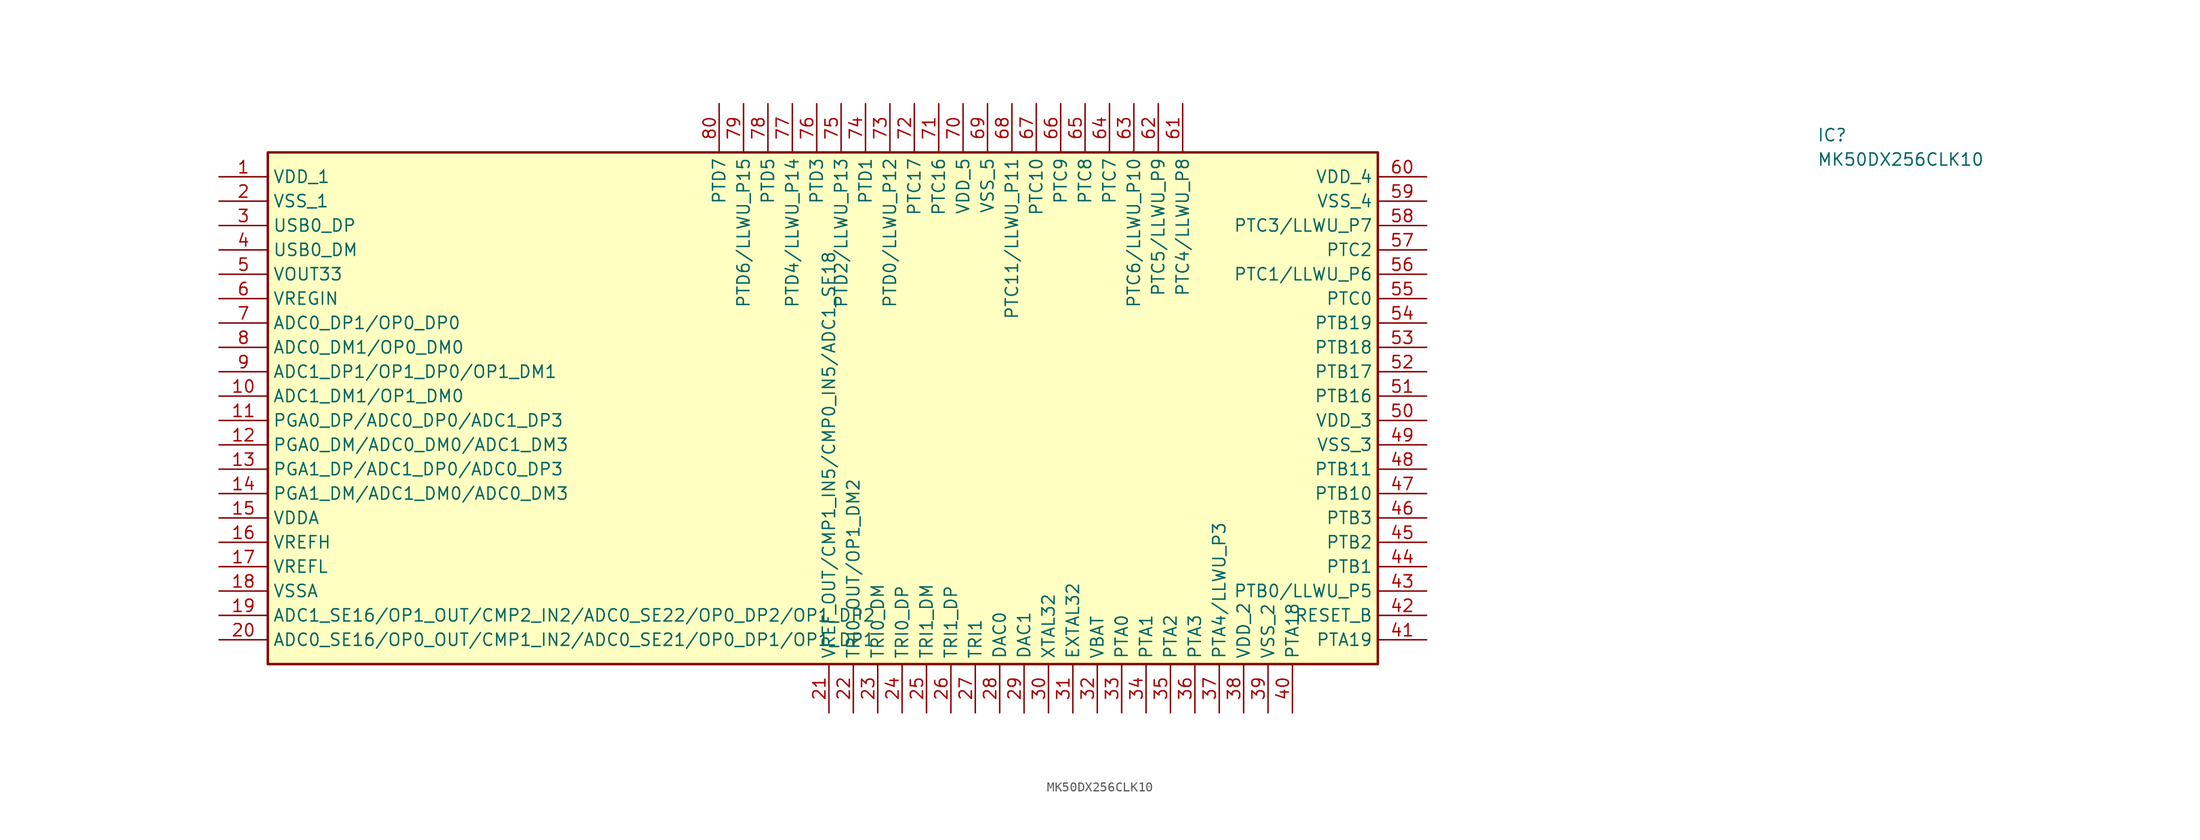
<source format=kicad_sym>
(kicad_symbol_lib
  (version 20241209)
  (generator "kicad_symbol_editor")
  (generator_version "9.0")
  (symbol "MK50DX256CLK10"
    (property "Reference" "IC"
      (at 95.25 27.94 0)
      (effects (font (size 1.27 1.27)) (justify left top)))
    (property "Value" "MK50DX256CLK10"
      (at 95.25 25.4 0)
      (effects (font (size 1.27 1.27)) (justify left top)))
    (symbol "MK50DX256CLK10_1_1"
      (rectangle (start -66.04 25.4) (end 49.53 -27.94) (stroke (width 0.254) (type default)) (fill (type background)))
      (pin passive line (at -71.12 22.86 0) (length 5.08) (name "VDD_1" (effects (font (size 1.27 1.27)))) (number "1" (effects (font (size 1.27 1.27)))))
      (pin passive line (at -71.12 20.32 0) (length 5.08) (name "VSS_1" (effects (font (size 1.27 1.27)))) (number "2" (effects (font (size 1.27 1.27)))))
      (pin passive line (at -71.12 17.78 0) (length 5.08) (name "USB0_DP" (effects (font (size 1.27 1.27)))) (number "3" (effects (font (size 1.27 1.27)))))
      (pin passive line (at -71.12 15.24 0) (length 5.08) (name "USB0_DM" (effects (font (size 1.27 1.27)))) (number "4" (effects (font (size 1.27 1.27)))))
      (pin passive line (at -71.12 12.7 0) (length 5.08) (name "VOUT33" (effects (font (size 1.27 1.27)))) (number "5" (effects (font (size 1.27 1.27)))))
      (pin passive line (at -71.12 10.16 0) (length 5.08) (name "VREGIN" (effects (font (size 1.27 1.27)))) (number "6" (effects (font (size 1.27 1.27)))))
      (pin passive line (at -71.12 7.62 0) (length 5.08) (name "ADC0_DP1/OP0_DP0" (effects (font (size 1.27 1.27)))) (number "7" (effects (font (size 1.27 1.27)))))
      (pin passive line (at -71.12 5.08 0) (length 5.08) (name "ADC0_DM1/OP0_DM0" (effects (font (size 1.27 1.27)))) (number "8" (effects (font (size 1.27 1.27)))))
      (pin passive line (at -71.12 2.54 0) (length 5.08) (name "ADC1_DP1/OP1_DP0/OP1_DM1" (effects (font (size 1.27 1.27)))) (number "9" (effects (font (size 1.27 1.27)))))
      (pin passive line (at -71.12 0 0) (length 5.08) (name "ADC1_DM1/OP1_DM0" (effects (font (size 1.27 1.27)))) (number "10" (effects (font (size 1.27 1.27)))))
      (pin passive line (at -71.12 -2.54 0) (length 5.08) (name "PGA0_DP/ADC0_DP0/ADC1_DP3" (effects (font (size 1.27 1.27)))) (number "11" (effects (font (size 1.27 1.27)))))
      (pin passive line (at -71.12 -5.08 0) (length 5.08) (name "PGA0_DM/ADC0_DM0/ADC1_DM3" (effects (font (size 1.27 1.27)))) (number "12" (effects (font (size 1.27 1.27)))))
      (pin passive line (at -71.12 -7.62 0) (length 5.08) (name "PGA1_DP/ADC1_DP0/ADC0_DP3" (effects (font (size 1.27 1.27)))) (number "13" (effects (font (size 1.27 1.27)))))
      (pin passive line (at -71.12 -10.16 0) (length 5.08) (name "PGA1_DM/ADC1_DM0/ADC0_DM3" (effects (font (size 1.27 1.27)))) (number "14" (effects (font (size 1.27 1.27)))))
      (pin passive line (at -71.12 -12.7 0) (length 5.08) (name "VDDA" (effects (font (size 1.27 1.27)))) (number "15" (effects (font (size 1.27 1.27)))))
      (pin passive line (at -71.12 -15.24 0) (length 5.08) (name "VREFH" (effects (font (size 1.27 1.27)))) (number "16" (effects (font (size 1.27 1.27)))))
      (pin passive line (at -71.12 -17.78 0) (length 5.08) (name "VREFL" (effects (font (size 1.27 1.27)))) (number "17" (effects (font (size 1.27 1.27)))))
      (pin passive line (at -71.12 -20.32 0) (length 5.08) (name "VSSA" (effects (font (size 1.27 1.27)))) (number "18" (effects (font (size 1.27 1.27)))))
      (pin passive line (at -71.12 -22.86 0) (length 5.08) (name "ADC1_SE16/OP1_OUT/CMP2_IN2/ADC0_SE22/OP0_DP2/OP1_DP2" (effects (font (size 1.27 1.27)))) (number "19" (effects (font (size 1.27 1.27)))))
      (pin passive line (at -71.12 -25.4 0) (length 5.08) (name "ADC0_SE16/OP0_OUT/CMP1_IN2/ADC0_SE21/OP0_DP1/OP1_DP1" (effects (font (size 1.27 1.27)))) (number "20" (effects (font (size 1.27 1.27)))))
      (pin passive line (at -19.05 30.48 270) (length 5.08) (name "PTD7" (effects (font (size 1.27 1.27)))) (number "80" (effects (font (size 1.27 1.27)))))
      (pin passive line (at -16.51 30.48 270) (length 5.08) (name "PTD6/LLWU_P15" (effects (font (size 1.27 1.27)))) (number "79" (effects (font (size 1.27 1.27)))))
      (pin passive line (at -13.97 30.48 270) (length 5.08) (name "PTD5" (effects (font (size 1.27 1.27)))) (number "78" (effects (font (size 1.27 1.27)))))
      (pin passive line (at -11.43 30.48 270) (length 5.08) (name "PTD4/LLWU_P14" (effects (font (size 1.27 1.27)))) (number "77" (effects (font (size 1.27 1.27)))))
      (pin passive line (at -8.89 30.48 270) (length 5.08) (name "PTD3" (effects (font (size 1.27 1.27)))) (number "76" (effects (font (size 1.27 1.27)))))
      (pin passive line (at -7.62 -33.02 90) (length 5.08) (name "VREF_OUT/CMP1_IN5/CMP0_IN5/ADC1_SE18" (effects (font (size 1.27 1.27)))) (number "21" (effects (font (size 1.27 1.27)))))
      (pin passive line (at -6.35 30.48 270) (length 5.08) (name "PTD2/LLWU_P13" (effects (font (size 1.27 1.27)))) (number "75" (effects (font (size 1.27 1.27)))))
      (pin passive line (at -5.08 -33.02 90) (length 5.08) (name "TRI0_OUT/OP1_DM2" (effects (font (size 1.27 1.27)))) (number "22" (effects (font (size 1.27 1.27)))))
      (pin passive line (at -3.81 30.48 270) (length 5.08) (name "PTD1" (effects (font (size 1.27 1.27)))) (number "74" (effects (font (size 1.27 1.27)))))
      (pin passive line (at -2.54 -33.02 90) (length 5.08) (name "TRI0_DM" (effects (font (size 1.27 1.27)))) (number "23" (effects (font (size 1.27 1.27)))))
      (pin passive line (at -1.27 30.48 270) (length 5.08) (name "PTD0/LLWU_P12" (effects (font (size 1.27 1.27)))) (number "73" (effects (font (size 1.27 1.27)))))
      (pin passive line (at 0 -33.02 90) (length 5.08) (name "TRI0_DP" (effects (font (size 1.27 1.27)))) (number "24" (effects (font (size 1.27 1.27)))))
      (pin passive line (at 1.27 30.48 270) (length 5.08) (name "PTC17" (effects (font (size 1.27 1.27)))) (number "72" (effects (font (size 1.27 1.27)))))
      (pin passive line (at 2.54 -33.02 90) (length 5.08) (name "TRI1_DM" (effects (font (size 1.27 1.27)))) (number "25" (effects (font (size 1.27 1.27)))))
      (pin passive line (at 3.81 30.48 270) (length 5.08) (name "PTC16" (effects (font (size 1.27 1.27)))) (number "71" (effects (font (size 1.27 1.27)))))
      (pin passive line (at 5.08 -33.02 90) (length 5.08) (name "TRI1_DP" (effects (font (size 1.27 1.27)))) (number "26" (effects (font (size 1.27 1.27)))))
      (pin passive line (at 6.35 30.48 270) (length 5.08) (name "VDD_5" (effects (font (size 1.27 1.27)))) (number "70" (effects (font (size 1.27 1.27)))))
      (pin passive line (at 7.62 -33.02 90) (length 5.08) (name "TRI1" (effects (font (size 1.27 1.27)))) (number "27" (effects (font (size 1.27 1.27)))))
      (pin passive line (at 8.89 30.48 270) (length 5.08) (name "VSS_5" (effects (font (size 1.27 1.27)))) (number "69" (effects (font (size 1.27 1.27)))))
      (pin passive line (at 10.16 -33.02 90) (length 5.08) (name "DAC0" (effects (font (size 1.27 1.27)))) (number "28" (effects (font (size 1.27 1.27)))))
      (pin passive line (at 11.43 30.48 270) (length 5.08) (name "PTC11/LLWU_P11" (effects (font (size 1.27 1.27)))) (number "68" (effects (font (size 1.27 1.27)))))
      (pin passive line (at 12.7 -33.02 90) (length 5.08) (name "DAC1" (effects (font (size 1.27 1.27)))) (number "29" (effects (font (size 1.27 1.27)))))
      (pin passive line (at 13.97 30.48 270) (length 5.08) (name "PTC10" (effects (font (size 1.27 1.27)))) (number "67" (effects (font (size 1.27 1.27)))))
      (pin passive line (at 15.24 -33.02 90) (length 5.08) (name "XTAL32" (effects (font (size 1.27 1.27)))) (number "30" (effects (font (size 1.27 1.27)))))
      (pin passive line (at 16.51 30.48 270) (length 5.08) (name "PTC9" (effects (font (size 1.27 1.27)))) (number "66" (effects (font (size 1.27 1.27)))))
      (pin passive line (at 17.78 -33.02 90) (length 5.08) (name "EXTAL32" (effects (font (size 1.27 1.27)))) (number "31" (effects (font (size 1.27 1.27)))))
      (pin passive line (at 19.05 30.48 270) (length 5.08) (name "PTC8" (effects (font (size 1.27 1.27)))) (number "65" (effects (font (size 1.27 1.27)))))
      (pin passive line (at 20.32 -33.02 90) (length 5.08) (name "VBAT" (effects (font (size 1.27 1.27)))) (number "32" (effects (font (size 1.27 1.27)))))
      (pin passive line (at 21.59 30.48 270) (length 5.08) (name "PTC7" (effects (font (size 1.27 1.27)))) (number "64" (effects (font (size 1.27 1.27)))))
      (pin passive line (at 22.86 -33.02 90) (length 5.08) (name "PTA0" (effects (font (size 1.27 1.27)))) (number "33" (effects (font (size 1.27 1.27)))))
      (pin passive line (at 24.13 30.48 270) (length 5.08) (name "PTC6/LLWU_P10" (effects (font (size 1.27 1.27)))) (number "63" (effects (font (size 1.27 1.27)))))
      (pin passive line (at 25.4 -33.02 90) (length 5.08) (name "PTA1" (effects (font (size 1.27 1.27)))) (number "34" (effects (font (size 1.27 1.27)))))
      (pin passive line (at 26.67 30.48 270) (length 5.08) (name "PTC5/LLWU_P9" (effects (font (size 1.27 1.27)))) (number "62" (effects (font (size 1.27 1.27)))))
      (pin passive line (at 27.94 -33.02 90) (length 5.08) (name "PTA2" (effects (font (size 1.27 1.27)))) (number "35" (effects (font (size 1.27 1.27)))))
      (pin passive line (at 29.21 30.48 270) (length 5.08) (name "PTC4/LLWU_P8" (effects (font (size 1.27 1.27)))) (number "61" (effects (font (size 1.27 1.27)))))
      (pin passive line (at 30.48 -33.02 90) (length 5.08) (name "PTA3" (effects (font (size 1.27 1.27)))) (number "36" (effects (font (size 1.27 1.27)))))
      (pin passive line (at 33.02 -33.02 90) (length 5.08) (name "PTA4/LLWU_P3" (effects (font (size 1.27 1.27)))) (number "37" (effects (font (size 1.27 1.27)))))
      (pin passive line (at 35.56 -33.02 90) (length 5.08) (name "VDD_2" (effects (font (size 1.27 1.27)))) (number "38" (effects (font (size 1.27 1.27)))))
      (pin passive line (at 38.1 -33.02 90) (length 5.08) (name "VSS_2" (effects (font (size 1.27 1.27)))) (number "39" (effects (font (size 1.27 1.27)))))
      (pin passive line (at 40.64 -33.02 90) (length 5.08) (name "PTA18" (effects (font (size 1.27 1.27)))) (number "40" (effects (font (size 1.27 1.27)))))
      (pin passive line (at 54.61 22.86 180) (length 5.08) (name "VDD_4" (effects (font (size 1.27 1.27)))) (number "60" (effects (font (size 1.27 1.27)))))
      (pin passive line (at 54.61 20.32 180) (length 5.08) (name "VSS_4" (effects (font (size 1.27 1.27)))) (number "59" (effects (font (size 1.27 1.27)))))
      (pin passive line (at 54.61 17.78 180) (length 5.08) (name "PTC3/LLWU_P7" (effects (font (size 1.27 1.27)))) (number "58" (effects (font (size 1.27 1.27)))))
      (pin passive line (at 54.61 15.24 180) (length 5.08) (name "PTC2" (effects (font (size 1.27 1.27)))) (number "57" (effects (font (size 1.27 1.27)))))
      (pin passive line (at 54.61 12.7 180) (length 5.08) (name "PTC1/LLWU_P6" (effects (font (size 1.27 1.27)))) (number "56" (effects (font (size 1.27 1.27)))))
      (pin passive line (at 54.61 10.16 180) (length 5.08) (name "PTC0" (effects (font (size 1.27 1.27)))) (number "55" (effects (font (size 1.27 1.27)))))
      (pin passive line (at 54.61 7.62 180) (length 5.08) (name "PTB19" (effects (font (size 1.27 1.27)))) (number "54" (effects (font (size 1.27 1.27)))))
      (pin passive line (at 54.61 5.08 180) (length 5.08) (name "PTB18" (effects (font (size 1.27 1.27)))) (number "53" (effects (font (size 1.27 1.27)))))
      (pin passive line (at 54.61 2.54 180) (length 5.08) (name "PTB17" (effects (font (size 1.27 1.27)))) (number "52" (effects (font (size 1.27 1.27)))))
      (pin passive line (at 54.61 0 180) (length 5.08) (name "PTB16" (effects (font (size 1.27 1.27)))) (number "51" (effects (font (size 1.27 1.27)))))
      (pin passive line (at 54.61 -2.54 180) (length 5.08) (name "VDD_3" (effects (font (size 1.27 1.27)))) (number "50" (effects (font (size 1.27 1.27)))))
      (pin passive line (at 54.61 -5.08 180) (length 5.08) (name "VSS_3" (effects (font (size 1.27 1.27)))) (number "49" (effects (font (size 1.27 1.27)))))
      (pin passive line (at 54.61 -7.62 180) (length 5.08) (name "PTB11" (effects (font (size 1.27 1.27)))) (number "48" (effects (font (size 1.27 1.27)))))
      (pin passive line (at 54.61 -10.16 180) (length 5.08) (name "PTB10" (effects (font (size 1.27 1.27)))) (number "47" (effects (font (size 1.27 1.27)))))
      (pin passive line (at 54.61 -12.7 180) (length 5.08) (name "PTB3" (effects (font (size 1.27 1.27)))) (number "46" (effects (font (size 1.27 1.27)))))
      (pin passive line (at 54.61 -15.24 180) (length 5.08) (name "PTB2" (effects (font (size 1.27 1.27)))) (number "45" (effects (font (size 1.27 1.27)))))
      (pin passive line (at 54.61 -17.78 180) (length 5.08) (name "PTB1" (effects (font (size 1.27 1.27)))) (number "44" (effects (font (size 1.27 1.27)))))
      (pin passive line (at 54.61 -20.32 180) (length 5.08) (name "PTB0/LLWU_P5" (effects (font (size 1.27 1.27)))) (number "43" (effects (font (size 1.27 1.27)))))
      (pin passive line (at 54.61 -22.86 180) (length 5.08) (name "RESET_B" (effects (font (size 1.27 1.27)))) (number "42" (effects (font (size 1.27 1.27)))))
      (pin passive line (at 54.61 -25.4 180) (length 5.08) (name "PTA19" (effects (font (size 1.27 1.27)))) (number "41" (effects (font (size 1.27 1.27))))))))
</source>
